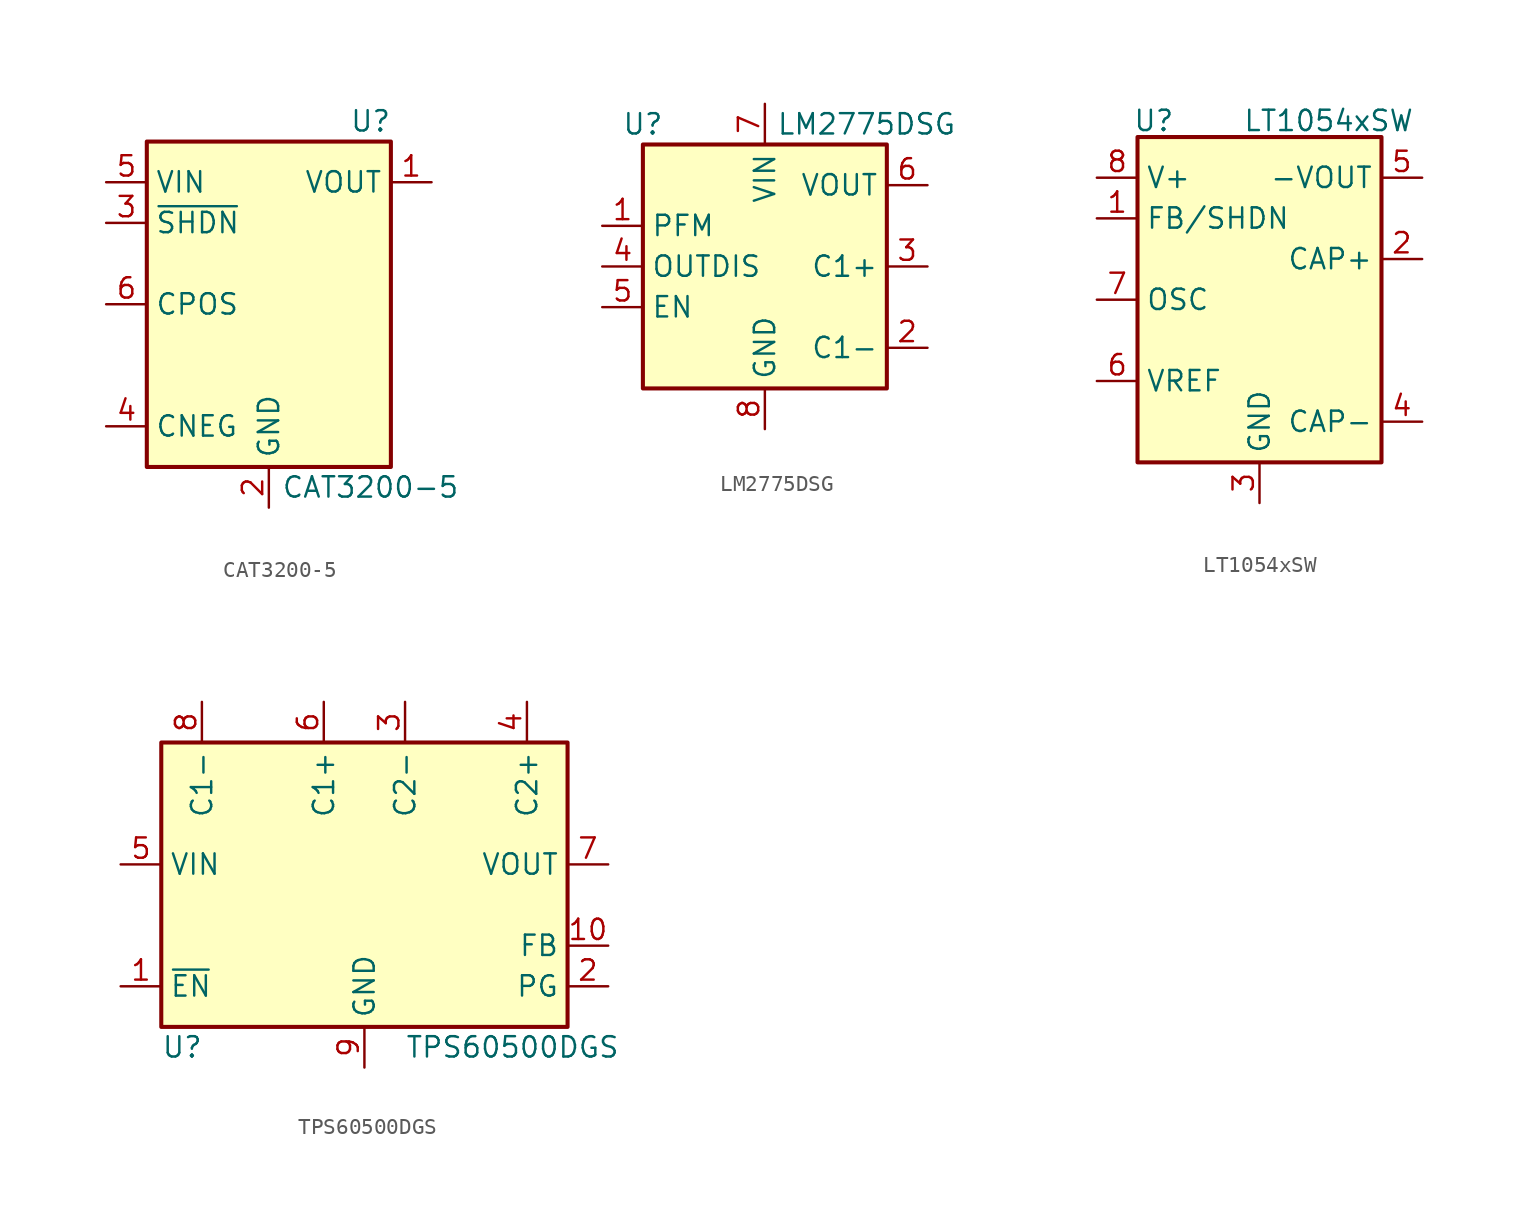
<source format=kicad_sym>
(kicad_symbol_lib
  (version 20211014)
  (generator kicad_symbol_editor)
  (symbol "CAT3200-5"
    (property "Reference" "U"
      (at 6.35 11.43 0)
      (effects (font (size 1.27 1.27))))
    (property "Value" "CAT3200-5"
      (at 6.35 -11.43 0)
      (effects (font (size 1.27 1.27))))
    (symbol "CAT3200-5_0_1"
      (rectangle (start -7.62 10.16) (end 7.62 -10.16) (stroke (width 0.254) (type default) (color 0 0 0 0)) (fill (type background))))
    (symbol "CAT3200-5_1_1"
      (pin power_out line (at 10.16 7.62 180) (length 2.54) (name "VOUT" (effects (font (size 1.27 1.27)))) (number "1" (effects (font (size 1.27 1.27)))))
      (pin power_in line (at 0 -12.7 90) (length 2.54) (name "GND" (effects (font (size 1.27 1.27)))) (number "2" (effects (font (size 1.27 1.27)))))
      (pin input line (at -10.16 5.08 0) (length 2.54) (name "~{SHDN}" (effects (font (size 1.27 1.27)))) (number "3" (effects (font (size 1.27 1.27)))))
      (pin passive line (at -10.16 -7.62 0) (length 2.54) (name "CNEG" (effects (font (size 1.27 1.27)))) (number "4" (effects (font (size 1.27 1.27)))))
      (pin power_in line (at -10.16 7.62 0) (length 2.54) (name "VIN" (effects (font (size 1.27 1.27)))) (number "5" (effects (font (size 1.27 1.27)))))
      (pin passive line (at -10.16 0 0) (length 2.54) (name "CPOS" (effects (font (size 1.27 1.27)))) (number "6" (effects (font (size 1.27 1.27)))))))
  (symbol "LM2775DSG"
    (property "Reference" "U"
      (at -7.62 8.89 0)
      (effects (font (size 1.27 1.27))))
    (property "Value" "LM2775DSG"
      (at 6.35 8.89 0)
      (effects (font (size 1.27 1.27))))
    (symbol "LM2775DSG_0_1"
      (rectangle (start -7.62 7.62) (end 7.62 -7.62) (stroke (width 0.254) (type default) (color 0 0 0 0)) (fill (type background))))
    (symbol "LM2775DSG_1_1"
      (pin input line (at -10.16 2.54 0) (length 2.54) (name "PFM" (effects (font (size 1.27 1.27)))) (number "1" (effects (font (size 1.27 1.27)))))
      (pin passive line (at 10.16 -5.08 180) (length 2.54) (name "C1-" (effects (font (size 1.27 1.27)))) (number "2" (effects (font (size 1.27 1.27)))))
      (pin passive line (at 10.16 0 180) (length 2.54) (name "C1+" (effects (font (size 1.27 1.27)))) (number "3" (effects (font (size 1.27 1.27)))))
      (pin input line (at -10.16 0 0) (length 2.54) (name "OUTDIS" (effects (font (size 1.27 1.27)))) (number "4" (effects (font (size 1.27 1.27)))))
      (pin input line (at -10.16 -2.54 0) (length 2.54) (name "EN" (effects (font (size 1.27 1.27)))) (number "5" (effects (font (size 1.27 1.27)))))
      (pin power_out line (at 10.16 5.08 180) (length 2.54) (name "VOUT" (effects (font (size 1.27 1.27)))) (number "6" (effects (font (size 1.27 1.27)))))
      (pin power_in line (at 0 10.16 270) (length 2.54) (name "VIN" (effects (font (size 1.27 1.27)))) (number "7" (effects (font (size 1.27 1.27)))))
      (pin power_in line (at 0 -10.16 90) (length 2.54) (name "GND" (effects (font (size 1.27 1.27)))) (number "8" (effects (font (size 1.27 1.27)))))
      (pin passive line (at 0 -10.16 90) (length 2.54) hide (name "GND" (effects (font (size 1.27 1.27)))) (number "9" (effects (font (size 1.27 1.27)))))))
  (symbol "LT1054xSW"
    (property "Reference" "U"
      (at -6.604 11.176 0)
      (effects (font (size 1.27 1.27))))
    (property "Value" "LT1054xSW"
      (at 4.318 11.176 0)
      (effects (font (size 1.27 1.27))))
    (symbol "LT1054xSW_0_1"
      (rectangle (start -7.62 10.16) (end 7.62 -10.16) (stroke (width 0.254) (type default) (color 0 0 0 0)) (fill (type background))))
    (symbol "LT1054xSW_1_1"
      (pin input line (at -10.16 5.08 0) (length 2.54) (name "FB/SHDN" (effects (font (size 1.27 1.27)))) (number "1" (effects (font (size 1.27 1.27)))))
      (pin input line (at 10.16 2.54 180) (length 2.54) (name "CAP+" (effects (font (size 1.27 1.27)))) (number "2" (effects (font (size 1.27 1.27)))))
      (pin power_in line (at 0 -12.7 90) (length 2.54) (name "GND" (effects (font (size 1.27 1.27)))) (number "3" (effects (font (size 1.27 1.27)))))
      (pin input line (at 10.16 -7.62 180) (length 2.54) (name "CAP-" (effects (font (size 1.27 1.27)))) (number "4" (effects (font (size 1.27 1.27)))))
      (pin power_out line (at 10.16 7.62 180) (length 2.54) (name "-VOUT" (effects (font (size 1.27 1.27)))) (number "5" (effects (font (size 1.27 1.27)))))
      (pin output line (at -10.16 -5.08 0) (length 2.54) (name "VREF" (effects (font (size 1.27 1.27)))) (number "6" (effects (font (size 1.27 1.27)))))
      (pin input line (at -10.16 0 0) (length 2.54) (name "OSC" (effects (font (size 1.27 1.27)))) (number "7" (effects (font (size 1.27 1.27)))))
      (pin power_in line (at -10.16 7.62 0) (length 2.54) (name "V+" (effects (font (size 1.27 1.27)))) (number "8" (effects (font (size 1.27 1.27)))))))
  (symbol "TPS60500DGS"
    (property "Reference" "U"
      (at -12.7 -8.89 0)
      (effects (font (size 1.27 1.27)) (justify left)))
    (property "Value" "TPS60500DGS"
      (at 2.54 -8.89 0)
      (effects (font (size 1.27 1.27)) (justify left)))
    (symbol "TPS60500DGS_0_1"
      (rectangle (start -12.7 10.16) (end 12.7 -7.62) (stroke (width 0.254) (type default) (color 0 0 0 0)) (fill (type background))))
    (symbol "TPS60500DGS_1_1"
      (pin input line (at -15.24 -5.08 0) (length 2.54) (name "~{EN}" (effects (font (size 1.27 1.27)))) (number "1" (effects (font (size 1.27 1.27)))))
      (pin input line (at 15.24 -2.54 180) (length 2.54) (name "FB" (effects (font (size 1.27 1.27)))) (number "10" (effects (font (size 1.27 1.27)))))
      (pin open_collector line (at 15.24 -5.08 180) (length 2.54) (name "PG" (effects (font (size 1.27 1.27)))) (number "2" (effects (font (size 1.27 1.27)))))
      (pin passive line (at 2.54 12.7 270) (length 2.54) (name "C2-" (effects (font (size 1.27 1.27)))) (number "3" (effects (font (size 1.27 1.27)))))
      (pin passive line (at 10.16 12.7 270) (length 2.54) (name "C2+" (effects (font (size 1.27 1.27)))) (number "4" (effects (font (size 1.27 1.27)))))
      (pin power_in line (at -15.24 2.54 0) (length 2.54) (name "VIN" (effects (font (size 1.27 1.27)))) (number "5" (effects (font (size 1.27 1.27)))))
      (pin passive line (at -2.54 12.7 270) (length 2.54) (name "C1+" (effects (font (size 1.27 1.27)))) (number "6" (effects (font (size 1.27 1.27)))))
      (pin power_out line (at 15.24 2.54 180) (length 2.54) (name "VOUT" (effects (font (size 1.27 1.27)))) (number "7" (effects (font (size 1.27 1.27)))))
      (pin passive line (at -10.16 12.7 270) (length 2.54) (name "C1-" (effects (font (size 1.27 1.27)))) (number "8" (effects (font (size 1.27 1.27)))))
      (pin power_in line (at 0 -10.16 90) (length 2.54) (name "GND" (effects (font (size 1.27 1.27)))) (number "9" (effects (font (size 1.27 1.27))))))))
</source>
